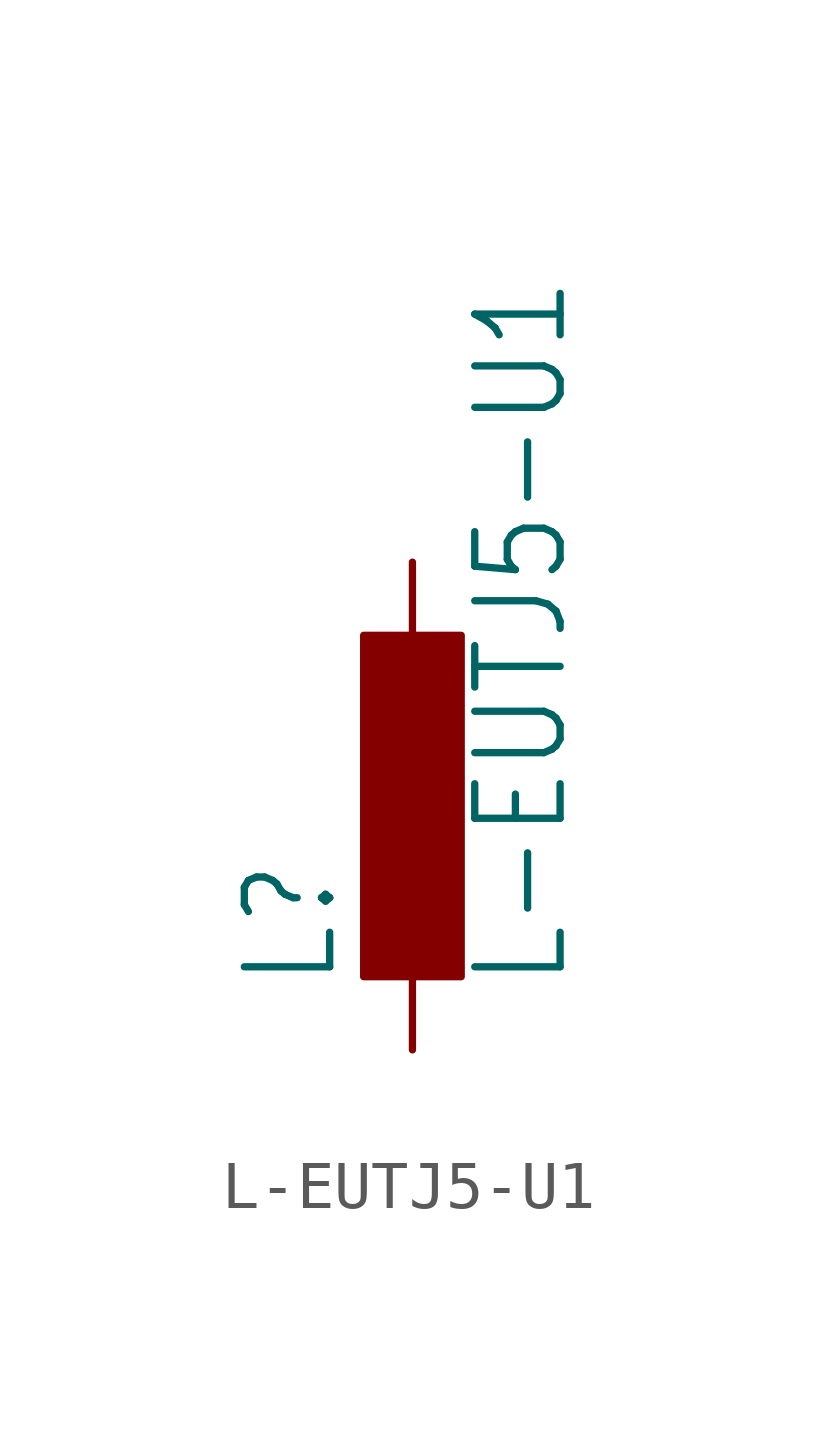
<source format=kicad_sym>
(kicad_symbol_lib
  (version 20211014)
  (generator kicad_symbol_editor)
  (symbol "L-EUTJ5-U1"
    (property "Reference" "L"
      (at -1.499 -3.81 90)
      (effects (font (size 1.778 1.511)) (justify left bottom)))
    (property "Value" "L-EUTJ5-U1"
      (at 3.302 -3.81 90)
      (effects (font (size 1.778 1.511)) (justify left bottom)))
    (property "ki_locked" ""
      (at 0 0 0)
      (effects (font (size 1.27 1.27))))
    (symbol "L-EUTJ5-U1_1_0"
      (rectangle (start -1.016 -3.556) (end 1.016 3.556) (stroke (width 0) (type default) (color 0 0 0 0)) (fill (type outline)))
      (pin passive line (at 0 5.08 270) (length 2.54) (name "1" (effects (font (size 0 0)))) (number "1" (effects (font (size 0 0)))))
      (pin passive line (at 0 -5.08 90) (length 2.54) (name "2" (effects (font (size 0 0)))) (number "2" (effects (font (size 0 0))))))))
</source>
